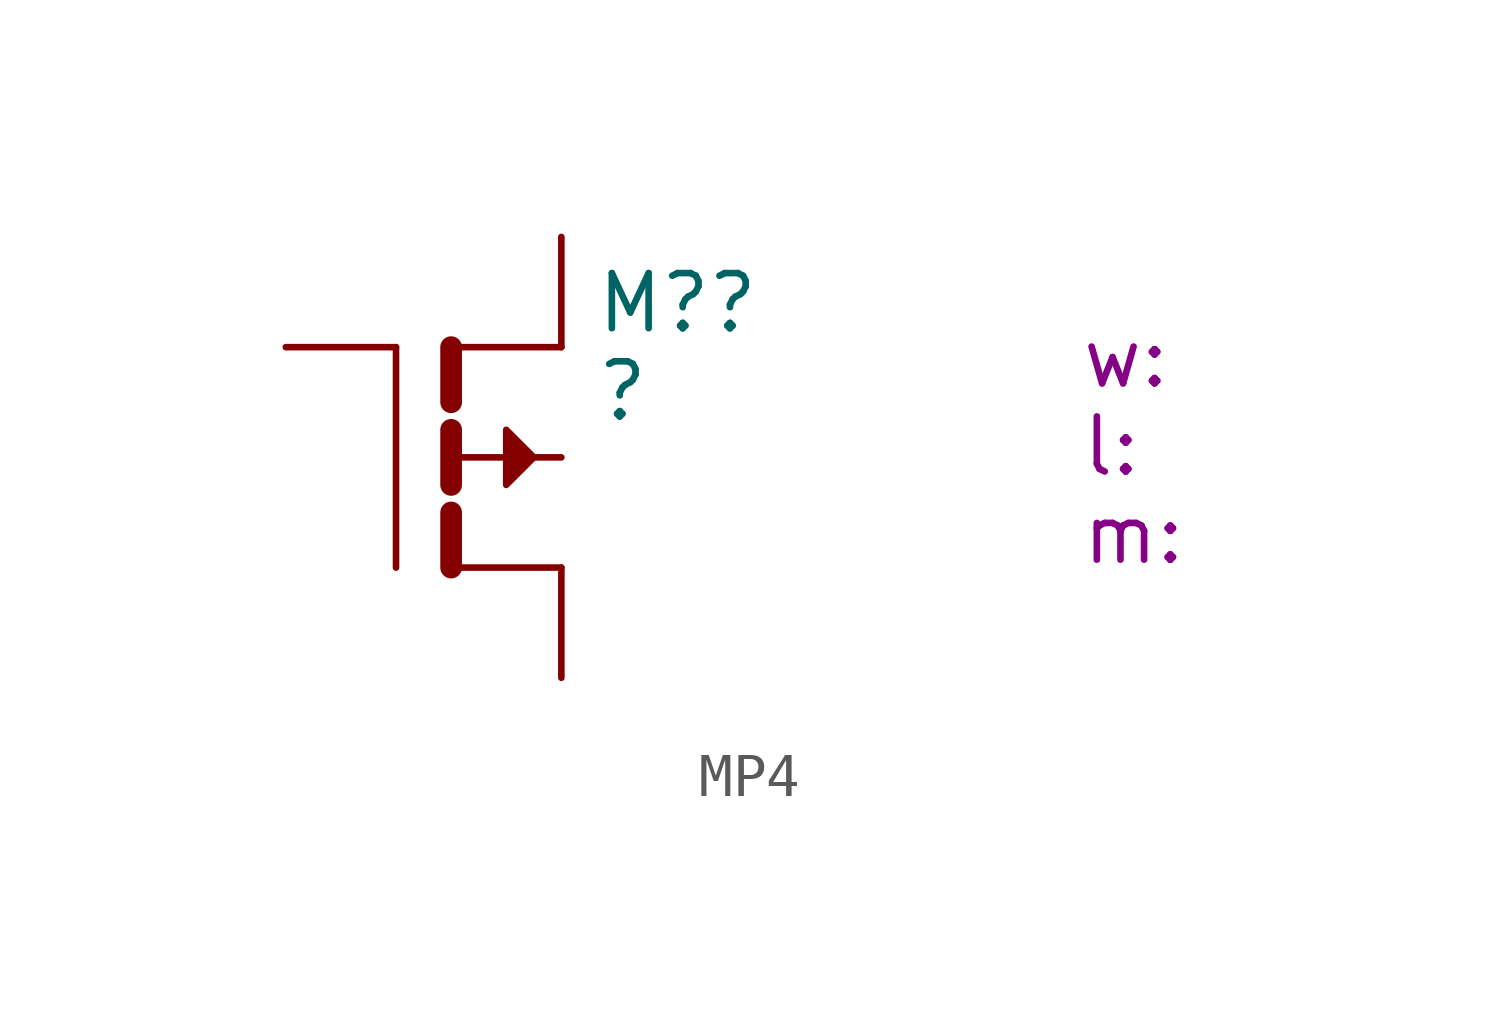
<source format=kicad_sym>
(kicad_symbol_lib
  (version 20241209)
  (generator "kicad_symbol_editor")
  (generator_version "9.0")
  (symbol "MP4"
    (pin_numbers
      (hide yes))
    (pin_names
      (offset 0)
      (hide yes))
    (property "Reference" "M?"
      (at 0.762 3.556 0)
      (effects (font (size 1.27 1.27)) (justify left)))
    (property "Value" "?"
      (at 0.762 1.524 0)
      (effects (font (size 1.27 1.27)) (justify left)))
    (property "m" ""
      (at 11.938 -1.778 0)
      (show_name)
      (effects (font (size 1.27 1.27)) (justify left)))
    (property "w" ""
      (at 11.938 2.286 0)
      (show_name)
      (effects (font (size 1.27 1.27)) (justify left)))
    (property "l" ""
      (at 11.938 0.254 0)
      (show_name)
      (effects (font (size 1.27 1.27)) (justify left)))
    (symbol "MP4_0_1"
      (polyline (pts (xy -3.81 2.54) (xy -3.81 -2.54)) (stroke (width 0) (type default)) (fill (type none)))
      (polyline (pts (xy -0.635 0) (xy -1.27 -0.635) (xy -1.27 0.635) (xy -0.635 0)) (stroke (width 0) (type solid)) (fill (type outline))))
    (symbol "MP4_1_0"
      (pin unspecified line (at -6.35 2.54 0) (length 2.54) (name "G" (effects (font (size 1.27 1.27)))) (number "2" (effects (font (size 1.27 1.27)))))
      (pin unspecified line (at 0 5.08 270) (length 2.54) (name "S" (effects (font (size 1.27 1.27)))) (number "3" (effects (font (size 1.27 1.27)))))
      (pin unspecified line (at 0 0 180) (length 2.54) (name "B" (effects (font (size 1.27 1.27)))) (number "4" (effects (font (size 1.27 1.27)))))
      (pin unspecified line (at 0 -5.08 90) (length 2.54) (name "D" (effects (font (size 1.27 1.27)))) (number "1" (effects (font (size 1.27 1.27))))))
    (symbol "MP4_1_1"
      (polyline (pts (xy -2.54 2.54) (xy -2.54 1.27)) (stroke (width 0.5) (type solid)) (fill (type none)))
      (polyline (pts (xy -2.54 0.635) (xy -2.54 -0.635)) (stroke (width 0.5) (type solid)) (fill (type none)))
      (polyline (pts (xy -2.54 -1.27) (xy -2.54 -2.54)) (stroke (width 0.5) (type solid)) (fill (type none)))
      (polyline (pts (xy 0 2.54) (xy -2.54 2.54)) (stroke (width 0) (type default)) (fill (type none)))
      (polyline (pts (xy 0 -2.54) (xy -2.54 -2.54)) (stroke (width 0) (type default)) (fill (type none))))))
</source>
